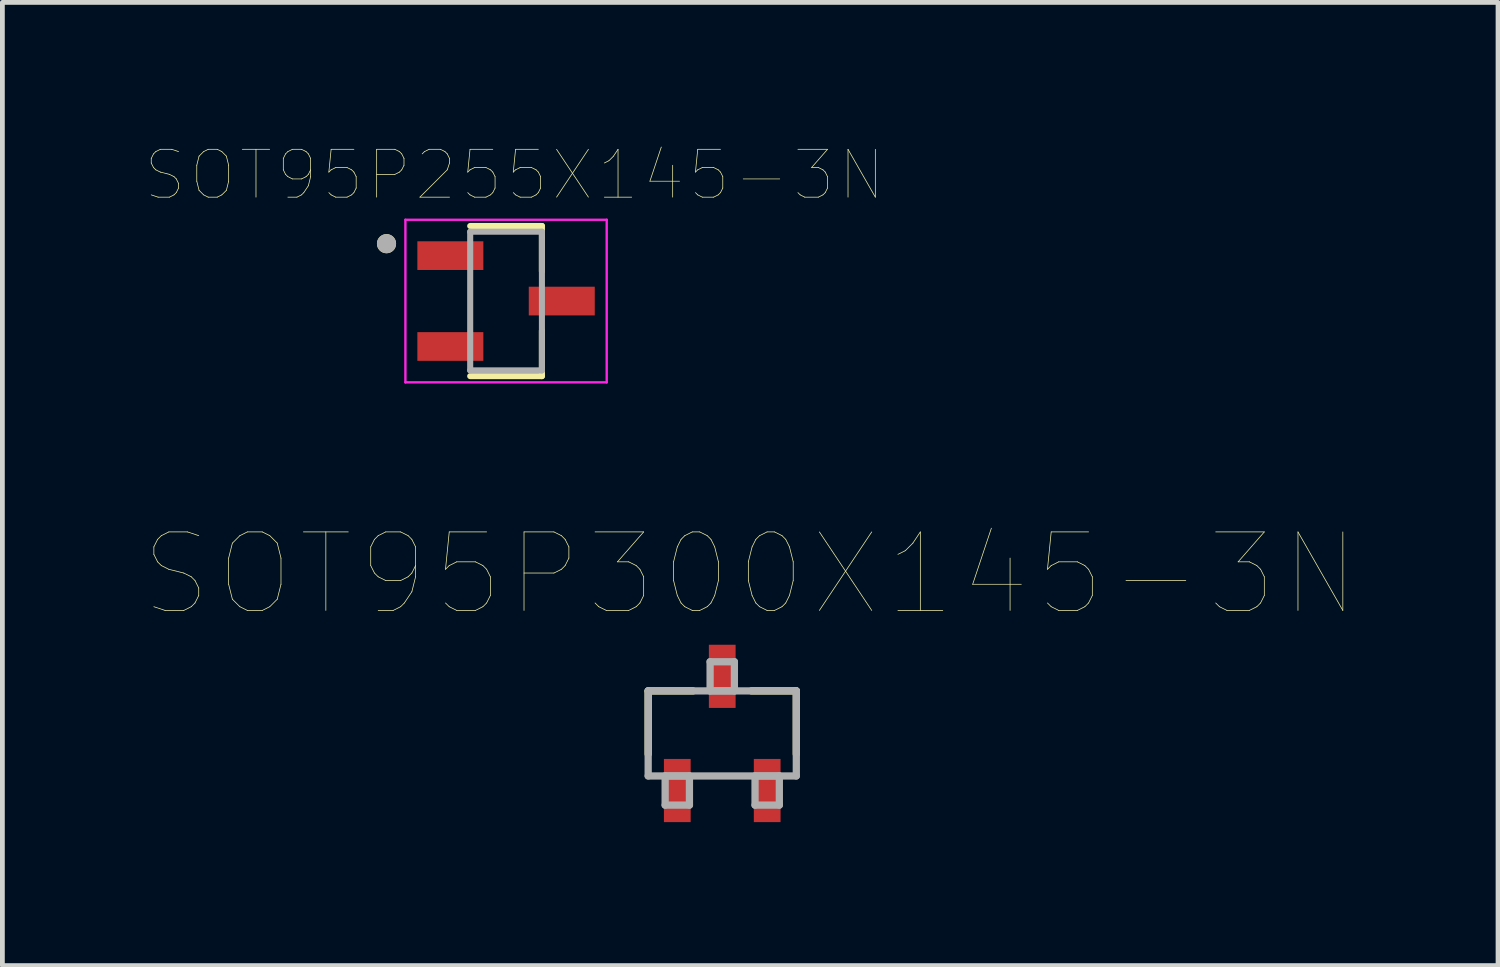
<source format=kicad_pcb>
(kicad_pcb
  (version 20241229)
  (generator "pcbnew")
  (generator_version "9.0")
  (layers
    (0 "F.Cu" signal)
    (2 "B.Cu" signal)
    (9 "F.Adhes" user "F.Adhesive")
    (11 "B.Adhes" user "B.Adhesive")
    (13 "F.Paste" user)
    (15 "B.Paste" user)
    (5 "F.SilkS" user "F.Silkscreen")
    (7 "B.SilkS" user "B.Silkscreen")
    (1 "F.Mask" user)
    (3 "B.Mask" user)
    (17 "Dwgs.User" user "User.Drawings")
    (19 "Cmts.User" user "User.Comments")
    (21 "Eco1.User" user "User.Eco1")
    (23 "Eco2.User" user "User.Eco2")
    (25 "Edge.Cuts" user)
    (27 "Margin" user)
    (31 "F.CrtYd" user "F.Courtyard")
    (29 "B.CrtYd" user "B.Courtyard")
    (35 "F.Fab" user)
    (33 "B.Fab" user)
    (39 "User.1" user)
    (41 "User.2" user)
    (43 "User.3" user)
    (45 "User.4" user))
  (footprint "SOT95P300X145-3N"
    (layer "F.Cu")
    (at 12.054 12.288)
    (property "Reference" "SOT95P300X145-3N" (at 0.585 -3.331 0) (layer "F.SilkS") (effects (font (size 1.642 1.642) (thickness 0.015))))
    (attr through_hole)
    (fp_line (start -1.549 -0.889) (end -1.549 0.432) (stroke (width 0.152) (type solid)) (layer "F.SilkS"))
    (fp_line (start -0.61 -0.889) (end -1.549 -0.889) (stroke (width 0.152) (type solid)) (layer "F.SilkS"))
    (fp_line (start 1.549 -0.889) (end 0.61 -0.889) (stroke (width 0.152) (type solid)) (layer "F.SilkS"))
    (fp_line (start 1.549 0.432) (end 1.549 -0.889) (stroke (width 0.152) (type solid)) (layer "F.SilkS"))
    (fp_line (start -1.549 -0.889) (end -1.549 0.889) (stroke (width 0.152) (type solid)) (layer "F.Fab"))
    (fp_line (start -1.549 0.889) (end 1.549 0.889) (stroke (width 0.152) (type solid)) (layer "F.Fab"))
    (fp_line (start -1.194 0.889) (end -1.194 1.499) (stroke (width 0.152) (type solid)) (layer "F.Fab"))
    (fp_line (start -1.194 1.499) (end -0.686 1.499) (stroke (width 0.152) (type solid)) (layer "F.Fab"))
    (fp_line (start -0.686 0.889) (end -1.194 0.889) (stroke (width 0.152) (type solid)) (layer "F.Fab"))
    (fp_line (start -0.686 1.499) (end -0.686 0.889) (stroke (width 0.152) (type solid)) (layer "F.Fab"))
    (fp_line (start -0.254 -1.499) (end -0.254 -0.889) (stroke (width 0.152) (type solid)) (layer "F.Fab"))
    (fp_line (start -0.254 -0.889) (end 0.254 -0.889) (stroke (width 0.152) (type solid)) (layer "F.Fab"))
    (fp_line (start 0.254 -1.499) (end -0.254 -1.499) (stroke (width 0.152) (type solid)) (layer "F.Fab"))
    (fp_line (start 0.254 -0.889) (end 0.254 -1.499) (stroke (width 0.152) (type solid)) (layer "F.Fab"))
    (fp_line (start 0.686 0.889) (end 0.686 1.499) (stroke (width 0.152) (type solid)) (layer "F.Fab"))
    (fp_line (start 0.686 1.499) (end 1.194 1.499) (stroke (width 0.152) (type solid)) (layer "F.Fab"))
    (fp_line (start 1.194 0.889) (end 0.686 0.889) (stroke (width 0.152) (type solid)) (layer "F.Fab"))
    (fp_line (start 1.194 1.499) (end 1.194 0.889) (stroke (width 0.152) (type solid)) (layer "F.Fab"))
    (fp_line (start 1.549 -0.889) (end -1.549 -0.889) (stroke (width 0.152) (type solid)) (layer "F.Fab"))
    (fp_line (start 1.549 0.889) (end 1.549 -0.889) (stroke (width 0.152) (type solid)) (layer "F.Fab"))
    (pad "1" smd rect (at -0.94 1.194) (size 0.559 1.321) (layers "F.Cu" "F.Mask" "F.Paste"))
    (pad "2" smd rect (at 0.94 1.194) (size 0.559 1.321) (layers "F.Cu" "F.Mask" "F.Paste"))
    (pad "3" smd rect (at 0 -1.194) (size 0.559 1.321) (layers "F.Cu" "F.Mask" "F.Paste")))
  (footprint "SOT95P255X145-3N"
    (layer "F.Cu")
    (at 7.533 3.246)
    (property "Reference" "SOT95P255X145-3N" (at 0.175 -2.635 0) (layer "F.SilkS") (effects (font (size 1 1) (thickness 0.015))))
    (attr through_hole)
    (fp_line (start -0.75 1.57) (end 0.75 1.57) (stroke (width 0.127) (type solid)) (layer "F.SilkS"))
    (fp_line (start 0.75 -1.57) (end -0.75 -1.57) (stroke (width 0.127) (type solid)) (layer "F.SilkS"))
    (fp_line (start 0.75 -0.62) (end 0.75 -1.57) (stroke (width 0.127) (type solid)) (layer "F.SilkS"))
    (fp_line (start 0.75 1.57) (end 0.75 0.62) (stroke (width 0.127) (type solid)) (layer "F.SilkS"))
    (fp_circle (center -2.5 -1.2) (end -2.4 -1.2) (stroke (width 0.2) (type solid)) (fill no) (layer "F.SilkS"))
    (fp_line (start -2.105 -1.7) (end 2.105 -1.7) (stroke (width 0.05) (type solid)) (layer "F.CrtYd"))
    (fp_line (start -2.105 1.7) (end -2.105 -1.7) (stroke (width 0.05) (type solid)) (layer "F.CrtYd"))
    (fp_line (start 2.105 -1.7) (end 2.105 1.7) (stroke (width 0.05) (type solid)) (layer "F.CrtYd"))
    (fp_line (start 2.105 1.7) (end -2.105 1.7) (stroke (width 0.05) (type solid)) (layer "F.CrtYd"))
    (fp_line (start -0.75 -1.45) (end -0.75 1.45) (stroke (width 0.127) (type solid)) (layer "F.Fab"))
    (fp_line (start -0.75 1.45) (end 0.75 1.45) (stroke (width 0.127) (type solid)) (layer "F.Fab"))
    (fp_line (start 0.75 -1.45) (end -0.75 -1.45) (stroke (width 0.127) (type solid)) (layer "F.Fab"))
    (fp_line (start 0.75 1.45) (end 0.75 -1.45) (stroke (width 0.127) (type solid)) (layer "F.Fab"))
    (fp_circle (center -2.5 -1.2) (end -2.4 -1.2) (stroke (width 0.2) (type solid)) (fill no) (layer "F.Fab"))
    (pad "1" smd rect (at -1.165 -0.95) (size 1.38 0.6) (layers "F.Cu" "F.Mask" "F.Paste"))
    (pad "2" smd rect (at -1.165 0.95) (size 1.38 0.6) (layers "F.Cu" "F.Mask" "F.Paste"))
    (pad "3" smd rect (at 1.165 0) (size 1.38 0.6) (layers "F.Cu" "F.Mask" "F.Paste")))
  (gr_rect
    (start -3 -3)
    (end 28.278 17.143)
    (stroke (width 0.1) (type default))
    (fill no)
    (layer "Edge.Cuts")))
</source>
